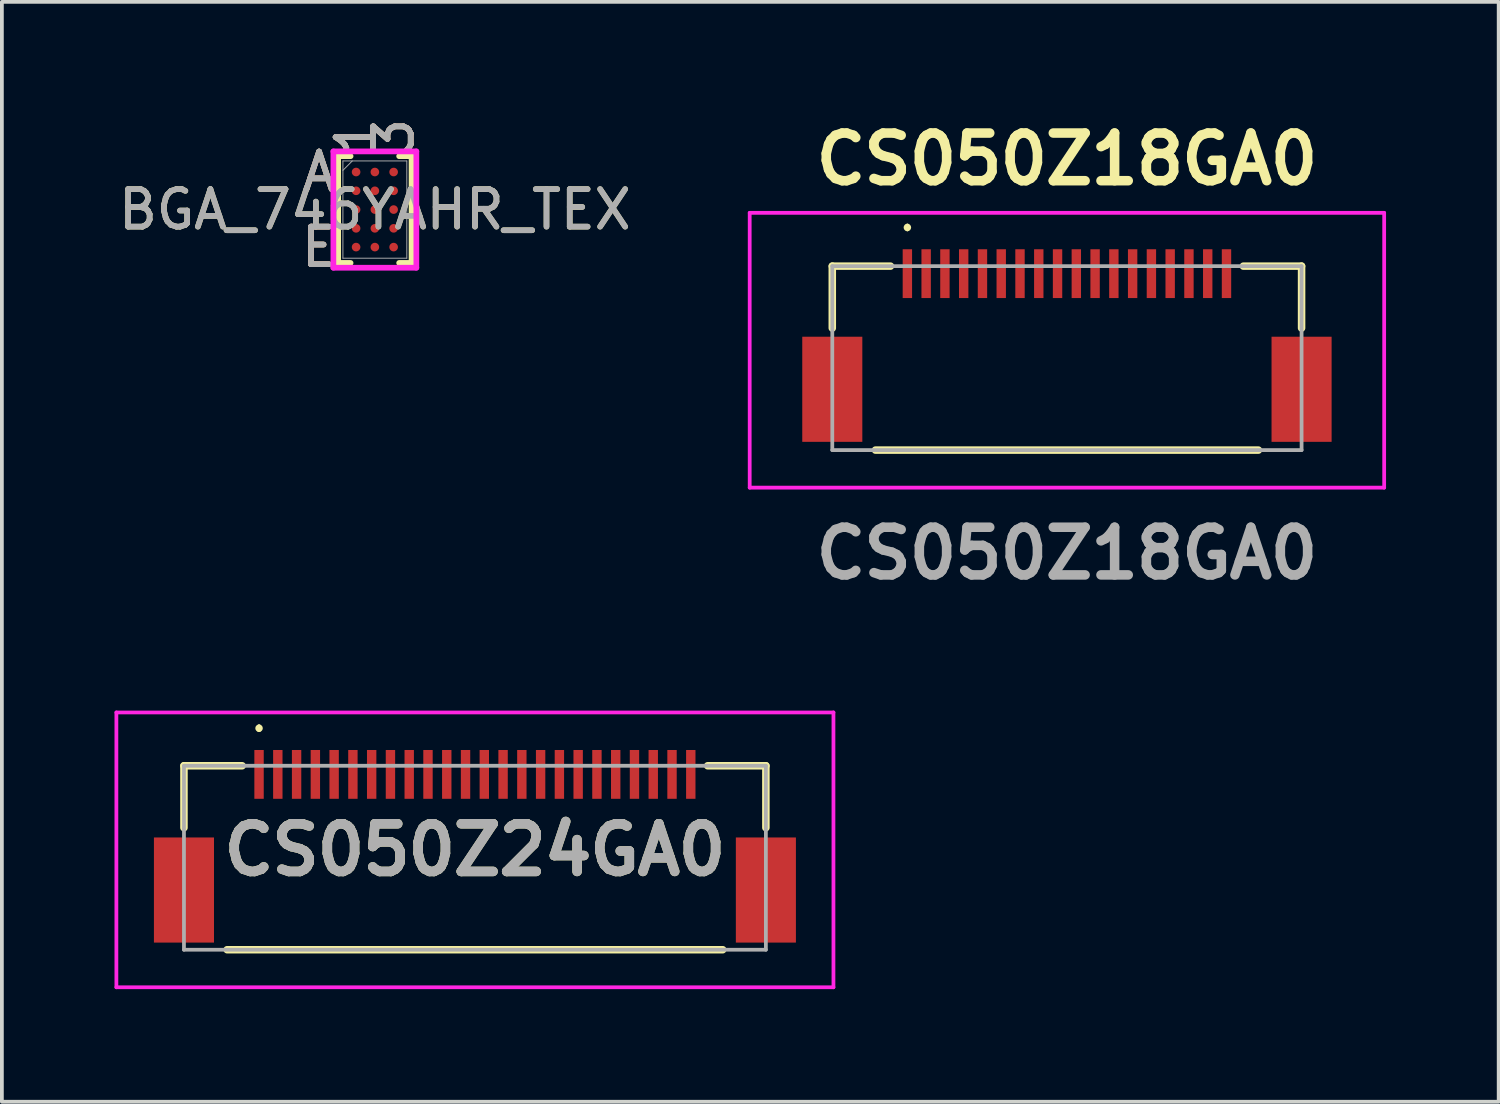
<source format=kicad_pcb>
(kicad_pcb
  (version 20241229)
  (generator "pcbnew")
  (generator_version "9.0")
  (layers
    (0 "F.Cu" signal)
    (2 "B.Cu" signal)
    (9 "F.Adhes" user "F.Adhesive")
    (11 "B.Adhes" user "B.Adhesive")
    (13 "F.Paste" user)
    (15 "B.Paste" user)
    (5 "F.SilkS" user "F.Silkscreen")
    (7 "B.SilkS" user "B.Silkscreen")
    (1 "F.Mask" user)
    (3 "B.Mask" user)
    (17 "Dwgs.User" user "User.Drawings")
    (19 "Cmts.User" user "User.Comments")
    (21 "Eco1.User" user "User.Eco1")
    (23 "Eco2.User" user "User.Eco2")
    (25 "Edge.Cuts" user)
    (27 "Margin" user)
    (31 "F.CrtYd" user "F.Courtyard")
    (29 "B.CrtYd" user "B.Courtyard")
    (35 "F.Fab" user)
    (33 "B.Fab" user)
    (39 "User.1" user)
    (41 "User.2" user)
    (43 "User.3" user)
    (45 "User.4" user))
  (footprint "CS050Z24GA0"
    (layer "F.Cu")
    (at 9.6 19.797)
    (property "Reference" "CS050Z24GA0" (at 0 -0.21 0) (layer "F.SilkS") (effects (font (size 1.27 1.27) (thickness 0.254))))
    (attr smd)
    (fp_line (start -7.75 -2.45) (end -6.2 -2.45) (stroke (width 0.2) (type solid)) (layer "F.SilkS"))
    (fp_line (start -7.75 -0.8) (end -7.75 -2.45) (stroke (width 0.2) (type solid)) (layer "F.SilkS"))
    (fp_line (start -6.6 2.45) (end 6.6 2.45) (stroke (width 0.2) (type solid)) (layer "F.SilkS"))
    (fp_line (start -5.75 -3.5) (end -5.75 -3.5) (stroke (width 0.1) (type solid)) (layer "F.SilkS"))
    (fp_line (start -5.75 -3.4) (end -5.75 -3.4) (stroke (width 0.1) (type solid)) (layer "F.SilkS"))
    (fp_line (start 6.2 -2.45) (end 7.75 -2.45) (stroke (width 0.2) (type solid)) (layer "F.SilkS"))
    (fp_line (start 7.75 -2.45) (end 7.75 -0.8) (stroke (width 0.2) (type solid)) (layer "F.SilkS"))
    (fp_arc (start -5.75 -3.5) (mid -5.7 -3.45) (end -5.75 -3.4) (stroke (width 0.1) (type solid)) (layer "F.SilkS"))
    (fp_arc (start -5.75 -3.4) (mid -5.8 -3.45) (end -5.75 -3.5) (stroke (width 0.1) (type solid)) (layer "F.SilkS"))
    (fp_line (start -9.55 -3.87) (end 9.55 -3.87) (stroke (width 0.1) (type solid)) (layer "F.CrtYd"))
    (fp_line (start -9.55 3.45) (end -9.55 -3.87) (stroke (width 0.1) (type solid)) (layer "F.CrtYd"))
    (fp_line (start 9.55 -3.87) (end 9.55 3.45) (stroke (width 0.1) (type solid)) (layer "F.CrtYd"))
    (fp_line (start 9.55 3.45) (end -9.55 3.45) (stroke (width 0.1) (type solid)) (layer "F.CrtYd"))
    (fp_line (start -7.75 -2.45) (end 7.75 -2.45) (stroke (width 0.1) (type solid)) (layer "F.Fab"))
    (fp_line (start -7.75 2.45) (end -7.75 -2.45) (stroke (width 0.1) (type solid)) (layer "F.Fab"))
    (fp_line (start 7.75 -2.45) (end 7.75 2.45) (stroke (width 0.1) (type solid)) (layer "F.Fab"))
    (fp_line (start 7.75 2.45) (end -7.75 2.45) (stroke (width 0.1) (type solid)) (layer "F.Fab"))
    (fp_text user "${REFERENCE}" (at 0 -0.21 0) (layer "F.Fab") (effects (font (size 1.27 1.27) (thickness 0.254))))
    (pad "1" smd rect (at -5.75 -2.22) (size 0.25 1.3) (layers "F.Cu" "F.Mask" "F.Paste"))
    (pad "2" smd rect (at -5.25 -2.22) (size 0.25 1.3) (layers "F.Cu" "F.Mask" "F.Paste"))
    (pad "3" smd rect (at -4.75 -2.22) (size 0.25 1.3) (layers "F.Cu" "F.Mask" "F.Paste"))
    (pad "4" smd rect (at -4.25 -2.22) (size 0.25 1.3) (layers "F.Cu" "F.Mask" "F.Paste"))
    (pad "5" smd rect (at -3.75 -2.22) (size 0.25 1.3) (layers "F.Cu" "F.Mask" "F.Paste"))
    (pad "6" smd rect (at -3.25 -2.22) (size 0.25 1.3) (layers "F.Cu" "F.Mask" "F.Paste"))
    (pad "7" smd rect (at -2.75 -2.22) (size 0.25 1.3) (layers "F.Cu" "F.Mask" "F.Paste"))
    (pad "8" smd rect (at -2.25 -2.22) (size 0.25 1.3) (layers "F.Cu" "F.Mask" "F.Paste"))
    (pad "9" smd rect (at -1.75 -2.22) (size 0.25 1.3) (layers "F.Cu" "F.Mask" "F.Paste"))
    (pad "10" smd rect (at -1.25 -2.22) (size 0.25 1.3) (layers "F.Cu" "F.Mask" "F.Paste"))
    (pad "11" smd rect (at -0.75 -2.22) (size 0.25 1.3) (layers "F.Cu" "F.Mask" "F.Paste"))
    (pad "12" smd rect (at -0.25 -2.22) (size 0.25 1.3) (layers "F.Cu" "F.Mask" "F.Paste"))
    (pad "13" smd rect (at 0.25 -2.22) (size 0.25 1.3) (layers "F.Cu" "F.Mask" "F.Paste"))
    (pad "14" smd rect (at 0.75 -2.22) (size 0.25 1.3) (layers "F.Cu" "F.Mask" "F.Paste"))
    (pad "15" smd rect (at 1.25 -2.22) (size 0.25 1.3) (layers "F.Cu" "F.Mask" "F.Paste"))
    (pad "16" smd rect (at 1.75 -2.22) (size 0.25 1.3) (layers "F.Cu" "F.Mask" "F.Paste"))
    (pad "17" smd rect (at 2.25 -2.22) (size 0.25 1.3) (layers "F.Cu" "F.Mask" "F.Paste"))
    (pad "18" smd rect (at 2.75 -2.22) (size 0.25 1.3) (layers "F.Cu" "F.Mask" "F.Paste"))
    (pad "19" smd rect (at 3.25 -2.22) (size 0.25 1.3) (layers "F.Cu" "F.Mask" "F.Paste"))
    (pad "20" smd rect (at 3.75 -2.22) (size 0.25 1.3) (layers "F.Cu" "F.Mask" "F.Paste"))
    (pad "21" smd rect (at 4.25 -2.22) (size 0.25 1.3) (layers "F.Cu" "F.Mask" "F.Paste"))
    (pad "22" smd rect (at 4.75 -2.22) (size 0.25 1.3) (layers "F.Cu" "F.Mask" "F.Paste"))
    (pad "23" smd rect (at 5.25 -2.22) (size 0.25 1.3) (layers "F.Cu" "F.Mask" "F.Paste"))
    (pad "24" smd rect (at 5.75 -2.22) (size 0.25 1.3) (layers "F.Cu" "F.Mask" "F.Paste"))
    (pad "MP1" smd rect (at -7.75 0.86) (size 1.6 2.8) (layers "F.Cu" "F.Mask" "F.Paste"))
    (pad "MP2" smd rect (at 7.75 0.86) (size 1.6 2.8) (layers "F.Cu" "F.Mask" "F.Paste")))
  (footprint "CS050Z18GA0"
    (layer "F.Cu")
    (at 25.369 6.489)
    (property "Reference" "CS050Z18GA0" (at 0 -5.3 0) (layer "F.SilkS") (effects (font (size 1.27 1.27) (thickness 0.254))))
    (attr smd)
    (fp_line (start -6.25 -2.45) (end -4.7 -2.45) (stroke (width 0.2) (type solid)) (layer "F.SilkS"))
    (fp_line (start -6.25 -0.8) (end -6.25 -2.45) (stroke (width 0.2) (type solid)) (layer "F.SilkS"))
    (fp_line (start -5.1 2.45) (end 5.1 2.45) (stroke (width 0.2) (type solid)) (layer "F.SilkS"))
    (fp_line (start -4.25 -3.53) (end -4.25 -3.53) (stroke (width 0.1) (type solid)) (layer "F.SilkS"))
    (fp_line (start -4.25 -3.43) (end -4.25 -3.43) (stroke (width 0.1) (type solid)) (layer "F.SilkS"))
    (fp_line (start 4.7 -2.45) (end 6.25 -2.45) (stroke (width 0.2) (type solid)) (layer "F.SilkS"))
    (fp_line (start 6.25 -2.45) (end 6.25 -0.8) (stroke (width 0.2) (type solid)) (layer "F.SilkS"))
    (fp_arc (start -4.25 -3.53) (mid -4.2 -3.48) (end -4.25 -3.43) (stroke (width 0.1) (type solid)) (layer "F.SilkS"))
    (fp_arc (start -4.25 -3.43) (mid -4.3 -3.48) (end -4.25 -3.53) (stroke (width 0.1) (type solid)) (layer "F.SilkS"))
    (fp_line (start -8.45 -3.87) (end 8.45 -3.87) (stroke (width 0.1) (type solid)) (layer "F.CrtYd"))
    (fp_line (start -8.45 3.45) (end -8.45 -3.87) (stroke (width 0.1) (type solid)) (layer "F.CrtYd"))
    (fp_line (start 8.45 -3.87) (end 8.45 3.45) (stroke (width 0.1) (type solid)) (layer "F.CrtYd"))
    (fp_line (start 8.45 3.45) (end -8.45 3.45) (stroke (width 0.1) (type solid)) (layer "F.CrtYd"))
    (fp_line (start -6.25 -2.45) (end 6.25 -2.45) (stroke (width 0.1) (type solid)) (layer "F.Fab"))
    (fp_line (start -6.25 2.45) (end -6.25 -2.45) (stroke (width 0.1) (type solid)) (layer "F.Fab"))
    (fp_line (start 6.25 -2.45) (end 6.25 2.45) (stroke (width 0.1) (type solid)) (layer "F.Fab"))
    (fp_line (start 6.25 2.45) (end -6.25 2.45) (stroke (width 0.1) (type solid)) (layer "F.Fab"))
    (fp_text user "${REFERENCE}" (at 0 5.2 0) (layer "F.Fab") (effects (font (size 1.27 1.27) (thickness 0.254))))
    (pad "1" smd rect (at -4.25 -2.25) (size 0.25 1.3) (layers "F.Cu" "F.Mask" "F.Paste"))
    (pad "2" smd rect (at -3.75 -2.25) (size 0.25 1.3) (layers "F.Cu" "F.Mask" "F.Paste"))
    (pad "3" smd rect (at -3.25 -2.25) (size 0.25 1.3) (layers "F.Cu" "F.Mask" "F.Paste"))
    (pad "4" smd rect (at -2.75 -2.25) (size 0.25 1.3) (layers "F.Cu" "F.Mask" "F.Paste"))
    (pad "5" smd rect (at -2.25 -2.25) (size 0.25 1.3) (layers "F.Cu" "F.Mask" "F.Paste"))
    (pad "6" smd rect (at -1.75 -2.25) (size 0.25 1.3) (layers "F.Cu" "F.Mask" "F.Paste"))
    (pad "7" smd rect (at -1.25 -2.25) (size 0.25 1.3) (layers "F.Cu" "F.Mask" "F.Paste"))
    (pad "8" smd rect (at -0.75 -2.25) (size 0.25 1.3) (layers "F.Cu" "F.Mask" "F.Paste"))
    (pad "9" smd rect (at -0.25 -2.25) (size 0.25 1.3) (layers "F.Cu" "F.Mask" "F.Paste"))
    (pad "10" smd rect (at 0.25 -2.25) (size 0.25 1.3) (layers "F.Cu" "F.Mask" "F.Paste"))
    (pad "11" smd rect (at 0.75 -2.25) (size 0.25 1.3) (layers "F.Cu" "F.Mask" "F.Paste"))
    (pad "12" smd rect (at 1.25 -2.25) (size 0.25 1.3) (layers "F.Cu" "F.Mask" "F.Paste"))
    (pad "13" smd rect (at 1.75 -2.25) (size 0.25 1.3) (layers "F.Cu" "F.Mask" "F.Paste"))
    (pad "14" smd rect (at 2.25 -2.25) (size 0.25 1.3) (layers "F.Cu" "F.Mask" "F.Paste"))
    (pad "15" smd rect (at 2.75 -2.25) (size 0.25 1.3) (layers "F.Cu" "F.Mask" "F.Paste"))
    (pad "16" smd rect (at 3.25 -2.25) (size 0.25 1.3) (layers "F.Cu" "F.Mask" "F.Paste"))
    (pad "17" smd rect (at 3.75 -2.25) (size 0.25 1.3) (layers "F.Cu" "F.Mask" "F.Paste"))
    (pad "18" smd rect (at 4.25 -2.25) (size 0.25 1.3) (layers "F.Cu" "F.Mask" "F.Paste"))
    (pad "MP1" smd rect (at -6.25 0.83) (size 1.6 2.8) (layers "F.Cu" "F.Mask" "F.Paste"))
    (pad "MP2" smd rect (at 6.25 0.83) (size 1.6 2.8) (layers "F.Cu" "F.Mask" "F.Paste")))
  (footprint "BGA_746YAHR_TEX"
    (layer "F.Cu")
    (at 6.935 2.532)
    (property "Reference" "BGA_746YAHR_TEX" (at 0 0 0) (unlocked yes) (layer "F.SilkS") (effects (font (size 1 1) (thickness 0.15))))
    (attr smd)
    (fp_line (start -0.978 -1.422) (end -0.978 1.422) (stroke (width 0.152) (type solid)) (layer "F.SilkS"))
    (fp_line (start -0.978 1.422) (end -0.647 1.422) (stroke (width 0.152) (type solid)) (layer "F.SilkS"))
    (fp_line (start -0.647 -1.422) (end -0.978 -1.422) (stroke (width 0.152) (type solid)) (layer "F.SilkS"))
    (fp_line (start 0.647 1.422) (end 0.978 1.422) (stroke (width 0.152) (type solid)) (layer "F.SilkS"))
    (fp_line (start 0.978 -1.422) (end 0.647 -1.422) (stroke (width 0.152) (type solid)) (layer "F.SilkS"))
    (fp_line (start 0.978 1.422) (end 0.978 -1.422) (stroke (width 0.152) (type solid)) (layer "F.SilkS"))
    (fp_poly (pts (xy -1.195 -1.695) (xy 1.195 -1.695) (xy 1.195 1.695) (xy -1.195 1.695)) (stroke (width 0.1) (type solid)) (fill no) (layer "Eco2.User"))
    (fp_line (start -1.105 -1.549) (end 1.105 -1.549) (stroke (width 0.152) (type solid)) (layer "F.CrtYd"))
    (fp_line (start -1.105 1.549) (end -1.105 -1.549) (stroke (width 0.152) (type solid)) (layer "F.CrtYd"))
    (fp_line (start 1.105 -1.549) (end 1.105 1.549) (stroke (width 0.152) (type solid)) (layer "F.CrtYd"))
    (fp_line (start 1.105 1.549) (end -1.105 1.549) (stroke (width 0.152) (type solid)) (layer "F.CrtYd"))
    (fp_line (start -0.851 -1.295) (end -0.851 1.295) (stroke (width 0.025) (type solid)) (layer "F.Fab"))
    (fp_line (start -0.851 1.295) (end 0.851 1.295) (stroke (width 0.025) (type solid)) (layer "F.Fab"))
    (fp_line (start -0.601 -1.295) (end -0.851 -1.045) (stroke (width 0.025) (type solid)) (layer "F.Fab"))
    (fp_line (start 0.851 -1.295) (end -0.851 -1.295) (stroke (width 0.025) (type solid)) (layer "F.Fab"))
    (fp_line (start 0.851 1.295) (end 0.851 -1.295) (stroke (width 0.025) (type solid)) (layer "F.Fab"))
    (fp_text user "A" (at -1.486 -1 0) (unlocked yes) (layer "F.SilkS") (effects (font (size 1 1) (thickness 0.15))))
    (fp_text user "3" (at 0.5 -1.93 90) (unlocked yes) (layer "F.SilkS") (effects (font (size 1 1) (thickness 0.15))))
    (fp_text user "E" (at -1.486 1 0) (unlocked yes) (layer "F.SilkS") (effects (font (size 1 1) (thickness 0.15))))
    (fp_text user "1" (at -0.5 -1.93 90) (unlocked yes) (layer "F.SilkS") (effects (font (size 1 1) (thickness 0.15))))
    (fp_text user "E" (at -1.486 1 0) (unlocked yes) (layer "B.SilkS") (effects (font (size 1 1) (thickness 0.15))))
    (fp_text user "1" (at -0.5 -1.93 90) (unlocked yes) (layer "B.SilkS") (effects (font (size 1 1) (thickness 0.15))))
    (fp_text user "A" (at -1.486 -1 0) (unlocked yes) (layer "B.SilkS") (effects (font (size 1 1) (thickness 0.15))))
    (fp_text user "3" (at 0.5 -1.93 90) (unlocked yes) (layer "B.SilkS") (effects (font (size 1 1) (thickness 0.15))))
    (fp_text user "${REFERENCE}" (at 0 0 0) (unlocked yes) (layer "F.Fab") (effects (font (size 1 1) (thickness 0.15))))
    (fp_text user "E" (at -1.486 1 0) (unlocked yes) (layer "F.Fab") (effects (font (size 1 1) (thickness 0.15))))
    (fp_text user "3" (at 0.5 -1.93 90) (unlocked yes) (layer "F.Fab") (effects (font (size 1 1) (thickness 0.15))))
    (fp_text user "1" (at -0.5 -1.93 90) (unlocked yes) (layer "F.Fab") (effects (font (size 1 1) (thickness 0.15))))
    (fp_text user "A" (at -1.486 -1 0) (unlocked yes) (layer "F.Fab") (effects (font (size 1 1) (thickness 0.15))))
    (pad "A1" smd circle (at -0.5 -1) (size 0.229 0.229) (layers "F.Cu" "F.Mask" "F.Paste"))
    (pad "A2" smd circle (at 0 -1) (size 0.229 0.229) (layers "F.Cu" "F.Mask" "F.Paste"))
    (pad "A3" smd circle (at 0.5 -1) (size 0.229 0.229) (layers "F.Cu" "F.Mask" "F.Paste"))
    (pad "B1" smd circle (at -0.5 -0.5) (size 0.229 0.229) (layers "F.Cu" "F.Mask" "F.Paste"))
    (pad "B2" smd circle (at 0 -0.5) (size 0.229 0.229) (layers "F.Cu" "F.Mask" "F.Paste"))
    (pad "B3" smd circle (at 0.5 -0.5) (size 0.229 0.229) (layers "F.Cu" "F.Mask" "F.Paste"))
    (pad "C1" smd circle (at -0.5 0) (size 0.229 0.229) (layers "F.Cu" "F.Mask" "F.Paste"))
    (pad "C2" smd circle (at 0 0) (size 0.229 0.229) (layers "F.Cu" "F.Mask" "F.Paste"))
    (pad "C3" smd circle (at 0.5 0) (size 0.229 0.229) (layers "F.Cu" "F.Mask" "F.Paste"))
    (pad "D1" smd circle (at -0.5 0.5) (size 0.229 0.229) (layers "F.Cu" "F.Mask" "F.Paste"))
    (pad "D2" smd circle (at 0 0.5) (size 0.229 0.229) (layers "F.Cu" "F.Mask" "F.Paste"))
    (pad "D3" smd circle (at 0.5 0.5) (size 0.229 0.229) (layers "F.Cu" "F.Mask" "F.Paste"))
    (pad "E1" smd circle (at -0.5 1) (size 0.229 0.229) (layers "F.Cu" "F.Mask" "F.Paste"))
    (pad "E2" smd circle (at 0 1) (size 0.229 0.229) (layers "F.Cu" "F.Mask" "F.Paste"))
    (pad "E3" smd circle (at 0.5 1) (size 0.229 0.229) (layers "F.Cu" "F.Mask" "F.Paste")))
  (gr_rect
    (start -3 -3)
    (end 36.869 26.297)
    (stroke (width 0.1) (type default))
    (fill no)
    (layer "Edge.Cuts")))
</source>
